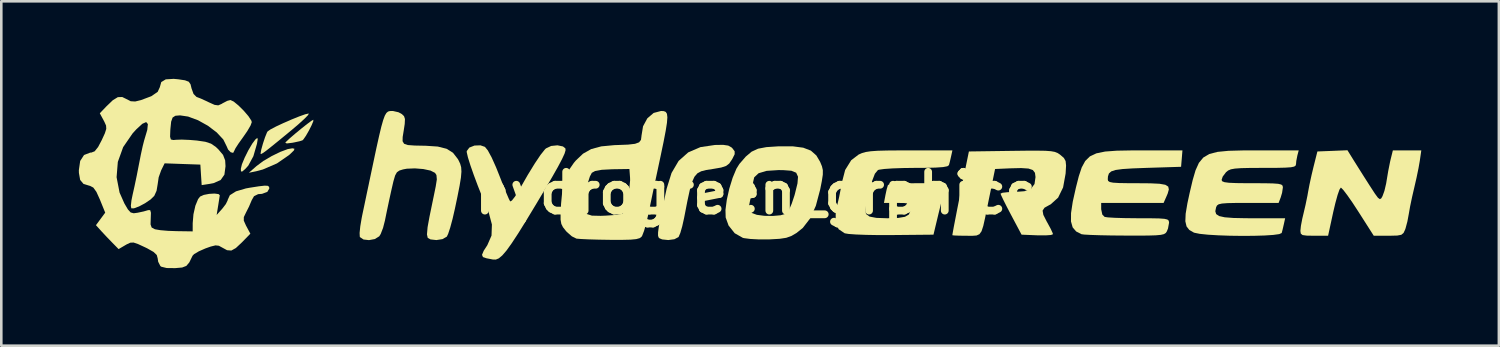
<source format=kicad_pcb>
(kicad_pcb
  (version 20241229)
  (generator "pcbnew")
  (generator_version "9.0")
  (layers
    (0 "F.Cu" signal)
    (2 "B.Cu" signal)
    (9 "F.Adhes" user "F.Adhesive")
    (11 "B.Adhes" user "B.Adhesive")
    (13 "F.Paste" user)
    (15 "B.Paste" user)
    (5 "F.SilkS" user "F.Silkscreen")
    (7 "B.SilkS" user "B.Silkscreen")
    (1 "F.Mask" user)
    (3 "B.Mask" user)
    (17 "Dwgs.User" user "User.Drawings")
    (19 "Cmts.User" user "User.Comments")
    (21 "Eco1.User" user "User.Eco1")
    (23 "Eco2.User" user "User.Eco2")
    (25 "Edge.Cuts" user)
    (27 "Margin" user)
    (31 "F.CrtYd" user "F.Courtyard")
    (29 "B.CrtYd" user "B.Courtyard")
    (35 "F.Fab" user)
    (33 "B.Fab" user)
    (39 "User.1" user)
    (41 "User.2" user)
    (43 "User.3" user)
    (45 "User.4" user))
  (footprint "hydrogreen_grphics"
    (layer "F.Cu")
    (at 26.204 4.417)
    (property "Reference" "hydrogreen_grphics" (at 0 0 0) (layer "F.SilkS") (effects (font (size 1.5 1.5) (thickness 0.3))))
    (attr board_only exclude_from_pos_files exclude_from_bom)
    (fp_poly (pts (xy -19.287 -2.08) (xy -19.316 -1.904) (xy -19.455 -1.424) (xy -19.652 -1.061) (xy -19.763 -0.938) (xy -19.889 -0.831) (xy -19.934 -0.84) (xy -19.939 -0.94) (xy -19.898 -1.111) (xy -19.792 -1.367) (xy -19.65 -1.652) (xy -19.5 -1.908) (xy -19.377 -2.073) (xy -19.303 -2.135)) (stroke (width 0) (type solid)) (fill yes) (layer "F.SilkS"))
    (fp_poly (pts (xy -17.865 -1.714) (xy -17.888 -1.648) (xy -18.031 -1.509) (xy -18.076 -1.469) (xy -18.543 -1.147) (xy -19.088 -0.912) (xy -19.339 -0.845) (xy -19.629 -0.785) (xy -19.33 -1.047) (xy -19.072 -1.239) (xy -18.75 -1.428) (xy -18.418 -1.591) (xy -18.127 -1.7) (xy -17.949 -1.731)) (stroke (width 0) (type solid)) (fill yes) (layer "F.SilkS"))
    (fp_poly (pts (xy -17.139 -2.773) (xy -17.206 -2.615) (xy -17.309 -2.413) (xy -17.422 -2.216) (xy -17.519 -2.076) (xy -17.555 -2.04) (xy -17.668 -2.004) (xy -17.88 -1.958) (xy -17.95 -1.945) (xy -18.163 -1.919) (xy -18.22 -1.948) (xy -18.203 -1.971) (xy -18.051 -2.114) (xy -17.836 -2.299) (xy -17.598 -2.495) (xy -17.376 -2.671) (xy -17.208 -2.795) (xy -17.135 -2.836)) (stroke (width 0) (type solid)) (fill yes) (layer "F.SilkS"))
    (fp_poly (pts (xy -17.311 -3.074) (xy -17.341 -3.014) (xy -17.482 -2.87) (xy -17.709 -2.663) (xy -18.001 -2.415) (xy -18.004 -2.413) (xy -18.425 -2.067) (xy -18.733 -1.817) (xy -18.945 -1.649) (xy -19.078 -1.552) (xy -19.15 -1.513) (xy -19.175 -1.518) (xy -19.177 -1.528) (xy -19.15 -1.679) (xy -19.085 -1.912) (xy -19.004 -2.156) (xy -18.93 -2.34) (xy -18.905 -2.383) (xy -18.797 -2.459) (xy -18.579 -2.574) (xy -18.292 -2.708) (xy -17.98 -2.844) (xy -17.686 -2.963) (xy -17.451 -3.047) (xy -17.319 -3.076)) (stroke (width 0) (type solid)) (fill yes) (layer "F.SilkS"))
    (fp_poly (pts (xy -1.088 -1.836) (xy -0.96 -1.764) (xy -0.926 -1.73) (xy -0.841 -1.615) (xy -0.84 -1.503) (xy -0.928 -1.327) (xy -0.947 -1.295) (xy -1.05 -1.143) (xy -1.172 -1.049) (xy -1.362 -0.987) (xy -1.669 -0.934) (xy -1.687 -0.931) (xy -1.94 -0.892) (xy -2.134 -0.843) (xy -2.282 -0.763) (xy -2.396 -0.63) (xy -2.49 -0.421) (xy -2.577 -0.115) (xy -2.669 0.31) (xy -2.779 0.876) (xy -2.796 0.962) (xy -2.867 1.281) (xy -2.942 1.543) (xy -3.008 1.695) (xy -3.013 1.702) (xy -3.17 1.785) (xy -3.407 1.817) (xy -3.643 1.793) (xy -3.748 1.75) (xy -3.785 1.712) (xy -3.804 1.642) (xy -3.803 1.519) (xy -3.777 1.323) (xy -3.724 1.031) (xy -3.641 0.625) (xy -3.525 0.082) (xy -3.471 -0.169) (xy -3.282 -0.777) (xy -3.008 -1.243) (xy -2.637 -1.573) (xy -2.164 -1.777) (xy -1.604 -1.86) (xy -1.286 -1.865)) (stroke (width 0) (type solid)) (fill yes) (layer "F.SilkS"))
    (fp_poly (pts (xy -7.481 -1.803) (xy -7.388 -1.73) (xy -7.38 -1.658) (xy -7.42 -1.524) (xy -7.517 -1.314) (xy -7.676 -1.013) (xy -7.905 -0.609) (xy -8.212 -0.086) (xy -8.511 0.415) (xy -8.897 1.053) (xy -9.211 1.558) (xy -9.464 1.943) (xy -9.665 2.223) (xy -9.828 2.412) (xy -9.961 2.524) (xy -10.076 2.572) (xy -10.184 2.571) (xy -10.187 2.571) (xy -10.308 2.547) (xy -10.435 2.523) (xy -10.574 2.476) (xy -10.612 2.39) (xy -10.546 2.231) (xy -10.406 2.015) (xy -10.244 1.644) (xy -10.229 1.216) (xy -10.361 0.718) (xy -10.431 0.55) (xy -10.603 0.148) (xy -10.773 -0.279) (xy -10.93 -0.699) (xy -11.062 -1.077) (xy -11.157 -1.381) (xy -11.202 -1.578) (xy -11.203 -1.623) (xy -11.102 -1.759) (xy -10.902 -1.838) (xy -10.671 -1.846) (xy -10.498 -1.786) (xy -10.388 -1.651) (xy -10.24 -1.379) (xy -10.068 -0.995) (xy -9.953 -0.708) (xy -9.805 -0.331) (xy -9.675 -0.011) (xy -9.576 0.219) (xy -9.523 0.323) (xy -9.522 0.324) (xy -9.456 0.289) (xy -9.336 0.135) (xy -9.183 -0.109) (xy -9.139 -0.184) (xy -8.841 -0.704) (xy -8.573 -1.141) (xy -8.349 -1.475) (xy -8.181 -1.686) (xy -8.139 -1.727) (xy -7.938 -1.822) (xy -7.694 -1.847)) (stroke (width 0) (type solid)) (fill yes) (layer "F.SilkS"))
    (fp_poly (pts (xy 23.111 -1.251) (xy 23.285 -0.974) (xy 23.504 -0.627) (xy 23.724 -0.282) (xy 23.737 -0.263) (xy 23.922 0.022) (xy 24.04 0.182) (xy 24.114 0.236) (xy 24.168 0.203) (xy 24.216 0.118) (xy 24.29 -0.087) (xy 24.357 -0.373) (xy 24.379 -0.508) (xy 24.436 -0.849) (xy 24.505 -1.194) (xy 24.527 -1.291) (xy 24.616 -1.651) (xy 25.166 -1.651) (xy 25.716 -1.651) (xy 25.658 -1.249) (xy 25.607 -0.959) (xy 25.53 -0.586) (xy 25.444 -0.212) (xy 25.358 0.159) (xy 25.282 0.523) (xy 25.233 0.802) (xy 25.233 0.804) (xy 25.178 1.098) (xy 25.108 1.361) (xy 25.088 1.418) (xy 25.029 1.543) (xy 24.944 1.613) (xy 24.788 1.643) (xy 24.518 1.65) (xy 24.437 1.65) (xy 23.876 1.649) (xy 23.283 0.72) (xy 23.056 0.372) (xy 22.855 0.084) (xy 22.7 -0.119) (xy 22.61 -0.209) (xy 22.603 -0.211) (xy 22.551 -0.134) (xy 22.477 0.077) (xy 22.392 0.387) (xy 22.313 0.72) (xy 22.111 1.651) (xy 21.576 1.651) (xy 21.284 1.646) (xy 21.123 1.624) (xy 21.055 1.568) (xy 21.04 1.467) (xy 21.04 1.457) (xy 21.06 1.267) (xy 21.113 0.989) (xy 21.158 0.801) (xy 21.239 0.455) (xy 21.312 0.101) (xy 21.337 -0.042) (xy 21.391 -0.327) (xy 21.47 -0.691) (xy 21.548 -1.016) (xy 21.697 -1.609) (xy 22.279 -1.632) (xy 22.86 -1.656)) (stroke (width 0) (type solid)) (fill yes) (layer "F.SilkS"))
    (fp_poly (pts (xy 1.406 -1.808) (xy 1.812 -1.755) (xy 2.108 -1.641) (xy 2.32 -1.453) (xy 2.464 -1.209) (xy 2.535 -1.037) (xy 2.57 -0.888) (xy 2.569 -0.712) (xy 2.531 -0.463) (xy 2.467 -0.139) (xy 2.299 0.493) (xy 2.079 0.981) (xy 1.795 1.348) (xy 1.553 1.543) (xy 1.356 1.658) (xy 1.156 1.73) (xy 0.901 1.769) (xy 0.536 1.79) (xy 0.479 1.792) (xy 0.106 1.793) (xy -0.233 1.775) (xy -0.48 1.743) (xy -0.524 1.732) (xy -0.839 1.553) (xy -1.076 1.255) (xy -1.188 0.944) (xy -1.196 0.649) (xy -1.193 0.628) (xy -0.285 0.628) (xy -0.231 0.722) (xy -0.17 0.772) (xy 0.018 0.842) (xy 0.308 0.88) (xy 0.634 0.885) (xy 0.935 0.859) (xy 1.145 0.799) (xy 1.17 0.783) (xy 1.26 0.654) (xy 1.367 0.409) (xy 1.472 0.094) (xy 1.492 0.021) (xy 1.589 -0.372) (xy 1.61 -0.632) (xy 1.539 -0.787) (xy 1.354 -0.863) (xy 1.038 -0.887) (xy 0.855 -0.889) (xy 0.395 -0.859) (xy 0.085 -0.767) (xy -0.085 -0.608) (xy -0.127 -0.425) (xy -0.146 -0.227) (xy -0.194 0.054) (xy -0.229 0.215) (xy -0.282 0.477) (xy -0.285 0.628) (xy -1.193 0.628) (xy -1.144 0.258) (xy -1.047 -0.175) (xy -0.918 -0.593) (xy -0.773 -0.941) (xy -0.658 -1.126) (xy -0.41 -1.411) (xy -0.185 -1.601) (xy 0.065 -1.716) (xy 0.387 -1.777) (xy 0.827 -1.806) (xy 0.862 -1.808)) (stroke (width 0) (type solid)) (fill yes) (layer "F.SilkS"))
    (fp_poly (pts (xy 16.452 -1.333) (xy 16.425 -1.016) (xy 15.089 -0.974) (xy 14.552 -0.954) (xy 14.161 -0.929) (xy 13.893 -0.893) (xy 13.725 -0.838) (xy 13.634 -0.757) (xy 13.597 -0.644) (xy 13.59 -0.529) (xy 13.604 -0.469) (xy 13.665 -0.428) (xy 13.797 -0.402) (xy 14.029 -0.388) (xy 14.384 -0.382) (xy 14.735 -0.381) (xy 15.237 -0.377) (xy 15.59 -0.36) (xy 15.814 -0.321) (xy 15.928 -0.25) (xy 15.952 -0.14) (xy 15.907 0.02) (xy 15.862 0.125) (xy 15.749 0.381) (xy 14.542 0.381) (xy 13.335 0.381) (xy 13.335 0.626) (xy 13.379 0.832) (xy 13.469 0.922) (xy 13.599 0.941) (xy 13.864 0.957) (xy 14.228 0.968) (xy 14.655 0.973) (xy 14.781 0.974) (xy 15.248 0.975) (xy 15.572 0.981) (xy 15.779 0.996) (xy 15.895 1.023) (xy 15.947 1.067) (xy 15.959 1.132) (xy 15.96 1.149) (xy 15.919 1.372) (xy 15.872 1.487) (xy 15.831 1.545) (xy 15.762 1.588) (xy 15.642 1.616) (xy 15.447 1.634) (xy 15.152 1.643) (xy 14.733 1.646) (xy 14.242 1.644) (xy 13.741 1.64) (xy 13.294 1.631) (xy 12.93 1.619) (xy 12.679 1.605) (xy 12.573 1.591) (xy 12.366 1.484) (xy 12.232 1.327) (xy 12.167 1.098) (xy 12.169 0.775) (xy 12.235 0.337) (xy 12.359 -0.218) (xy 12.47 -0.653) (xy 12.582 -0.99) (xy 12.718 -1.241) (xy 12.899 -1.419) (xy 13.148 -1.536) (xy 13.487 -1.606) (xy 13.939 -1.639) (xy 14.526 -1.65) (xy 14.902 -1.651) (xy 16.478 -1.651)) (stroke (width 0) (type solid)) (fill yes) (layer "F.SilkS"))
    (fp_poly (pts (xy 11.179 -1.635) (xy 11.394 -1.619) (xy 11.541 -1.592) (xy 11.646 -1.551) (xy 11.735 -1.493) (xy 11.765 -1.469) (xy 11.894 -1.356) (xy 11.959 -1.239) (xy 11.977 -1.065) (xy 11.961 -0.781) (xy 11.959 -0.752) (xy 11.862 -0.218) (xy 11.669 0.178) (xy 11.381 0.436) (xy 11.324 0.466) (xy 11.143 0.567) (xy 11.069 0.679) (xy 11.098 0.843) (xy 11.227 1.098) (xy 11.26 1.156) (xy 11.382 1.381) (xy 11.458 1.546) (xy 11.471 1.591) (xy 11.394 1.621) (xy 11.191 1.636) (xy 10.902 1.635) (xy 10.864 1.634) (xy 10.256 1.609) (xy 9.851 0.847) (xy 9.681 0.522) (xy 9.545 0.252) (xy 9.461 0.073) (xy 9.443 0.021) (xy 9.519 -0.012) (xy 9.719 -0.034) (xy 9.978 -0.042) (xy 10.369 -0.072) (xy 10.622 -0.169) (xy 10.757 -0.351) (xy 10.795 -0.619) (xy 10.774 -0.783) (xy 10.693 -0.889) (xy 10.524 -0.948) (xy 10.241 -0.967) (xy 9.821 -0.957) (xy 9.231 -0.931) (xy 9.17 -0.635) (xy 9.127 -0.423) (xy 9.061 -0.098) (xy 8.982 0.285) (xy 8.939 0.498) (xy 8.846 0.955) (xy 8.775 1.272) (xy 8.708 1.476) (xy 8.627 1.59) (xy 8.514 1.641) (xy 8.351 1.653) (xy 8.122 1.651) (xy 7.844 1.648) (xy 7.647 1.64) (xy 7.578 1.63) (xy 7.594 1.532) (xy 7.636 1.301) (xy 7.7 0.97) (xy 7.777 0.572) (xy 7.863 0.141) (xy 7.949 -0.291) (xy 8.028 -0.677) (xy 8.219 -1.609) (xy 9.874 -1.632) (xy 10.445 -1.639) (xy 10.871 -1.64)) (stroke (width 0) (type solid)) (fill yes) (layer "F.SilkS"))
    (fp_poly (pts (xy 7.53 -1.418) (xy 7.481 -1.208) (xy 7.446 -1.079) (xy 7.384 -1.036) (xy 7.218 -1.005) (xy 6.929 -0.985) (xy 6.5 -0.975) (xy 6.135 -0.974) (xy 5.676 -0.968) (xy 5.269 -0.954) (xy 4.947 -0.932) (xy 4.745 -0.904) (xy 4.702 -0.891) (xy 4.583 -0.748) (xy 4.479 -0.477) (xy 4.45 -0.362) (xy 4.374 -0.034) (xy 4.292 0.283) (xy 4.259 0.399) (xy 4.208 0.645) (xy 4.241 0.81) (xy 4.379 0.91) (xy 4.642 0.96) (xy 5.052 0.974) (xy 5.073 0.974) (xy 5.48 0.962) (xy 5.746 0.918) (xy 5.897 0.829) (xy 5.961 0.685) (xy 5.969 0.576) (xy 5.956 0.468) (xy 5.891 0.41) (xy 5.735 0.386) (xy 5.452 0.381) (xy 4.934 0.381) (xy 4.994 0.064) (xy 5.042 -0.158) (xy 5.086 -0.303) (xy 5.093 -0.317) (xy 5.188 -0.341) (xy 5.418 -0.361) (xy 5.751 -0.375) (xy 6.151 -0.381) (xy 6.186 -0.381) (xy 6.636 -0.383) (xy 6.947 -0.371) (xy 7.136 -0.32) (xy 7.223 -0.205) (xy 7.225 -0.001) (xy 7.161 0.319) (xy 7.048 0.779) (xy 7.042 0.804) (xy 6.849 1.609) (xy 5.245 1.624) (xy 4.724 1.625) (xy 4.25 1.617) (xy 3.853 1.602) (xy 3.564 1.581) (xy 3.416 1.556) (xy 3.18 1.397) (xy 3.065 1.133) (xy 3.068 0.758) (xy 3.12 0.499) (xy 3.201 0.148) (xy 3.271 -0.206) (xy 3.3 -0.381) (xy 3.433 -0.893) (xy 3.667 -1.27) (xy 3.955 -1.49) (xy 4.082 -1.546) (xy 4.229 -1.588) (xy 4.423 -1.617) (xy 4.69 -1.636) (xy 5.057 -1.646) (xy 5.55 -1.65) (xy 5.925 -1.651) (xy 7.581 -1.651)) (stroke (width 0) (type solid)) (fill yes) (layer "F.SilkS"))
    (fp_poly (pts (xy 20.924 -1.46) (xy 20.881 -1.241) (xy 20.871 -1.122) (xy 20.857 -1.065) (xy 20.799 -1.024) (xy 20.673 -0.998) (xy 20.452 -0.983) (xy 20.114 -0.975) (xy 19.632 -0.974) (xy 19.6 -0.974) (xy 19.105 -0.972) (xy 18.751 -0.964) (xy 18.508 -0.947) (xy 18.349 -0.918) (xy 18.244 -0.872) (xy 18.164 -0.807) (xy 18.161 -0.804) (xy 18.035 -0.637) (xy 17.992 -0.508) (xy 18.015 -0.457) (xy 18.103 -0.421) (xy 18.278 -0.398) (xy 18.565 -0.386) (xy 18.989 -0.381) (xy 19.177 -0.381) (xy 19.646 -0.38) (xy 19.972 -0.373) (xy 20.181 -0.358) (xy 20.298 -0.33) (xy 20.35 -0.287) (xy 20.362 -0.224) (xy 20.362 -0.217) (xy 20.332 -0.012) (xy 20.28 0.164) (xy 20.197 0.381) (xy 19.015 0.381) (xy 18.546 0.382) (xy 18.218 0.389) (xy 18.006 0.405) (xy 17.88 0.434) (xy 17.814 0.48) (xy 17.781 0.547) (xy 17.779 0.554) (xy 17.749 0.703) (xy 17.782 0.813) (xy 17.896 0.889) (xy 18.112 0.937) (xy 18.449 0.963) (xy 18.926 0.973) (xy 19.189 0.974) (xy 20.45 0.974) (xy 20.399 1.206) (xy 20.35 1.417) (xy 20.316 1.545) (xy 20.222 1.587) (xy 19.99 1.619) (xy 19.653 1.641) (xy 19.24 1.653) (xy 18.783 1.656) (xy 18.314 1.65) (xy 17.864 1.634) (xy 17.464 1.61) (xy 17.146 1.577) (xy 16.94 1.535) (xy 16.915 1.526) (xy 16.744 1.427) (xy 16.637 1.291) (xy 16.59 1.091) (xy 16.602 0.801) (xy 16.67 0.395) (xy 16.757 -0.007) (xy 16.873 -0.5) (xy 16.985 -0.882) (xy 17.115 -1.169) (xy 17.285 -1.374) (xy 17.518 -1.511) (xy 17.834 -1.593) (xy 18.257 -1.634) (xy 18.809 -1.649) (xy 19.39 -1.651) (xy 20.975 -1.651)) (stroke (width 0) (type solid)) (fill yes) (layer "F.SilkS"))
    (fp_poly (pts (xy -3.581 -3.169) (xy -3.505 -3.138) (xy -3.459 -3.065) (xy -3.443 -2.931) (xy -3.459 -2.718) (xy -3.508 -2.407) (xy -3.59 -1.98) (xy -3.707 -1.42) (xy -3.811 -0.931) (xy -3.915 -0.444) (xy -4.024 0.071) (xy -4.123 0.544) (xy -4.18 0.82) (xy -4.26 1.168) (xy -4.344 1.46) (xy -4.418 1.652) (xy -4.441 1.688) (xy -4.515 1.744) (xy -4.648 1.781) (xy -4.868 1.802) (xy -5.202 1.81) (xy -5.662 1.809) (xy -6.095 1.802) (xy -6.48 1.791) (xy -6.777 1.777) (xy -6.95 1.763) (xy -6.961 1.761) (xy -7.135 1.675) (xy -7.33 1.506) (xy -7.374 1.456) (xy -7.481 1.32) (xy -7.544 1.193) (xy -7.573 1.03) (xy -7.573 0.786) (xy -7.554 0.419) (xy -7.553 0.402) (xy -6.668 0.402) (xy -6.661 0.659) (xy -6.567 0.807) (xy -6.362 0.873) (xy -6.023 0.881) (xy -5.827 0.873) (xy -5.521 0.852) (xy -5.288 0.825) (xy -5.172 0.797) (xy -5.169 0.795) (xy -5.102 0.659) (xy -5.029 0.408) (xy -4.961 0.097) (xy -4.909 -0.221) (xy -4.884 -0.492) (xy -4.886 -0.591) (xy -4.911 -0.931) (xy -5.574 -0.921) (xy -5.98 -0.9) (xy -6.24 -0.852) (xy -6.365 -0.783) (xy -6.44 -0.642) (xy -6.522 -0.384) (xy -6.597 -0.059) (xy -6.61 0.011) (xy -6.668 0.402) (xy -7.553 0.402) (xy -7.504 -0.113) (xy -7.415 -0.524) (xy -7.272 -0.861) (xy -7.059 -1.169) (xy -6.983 -1.259) (xy -6.704 -1.524) (xy -6.389 -1.701) (xy -5.999 -1.806) (xy -5.492 -1.854) (xy -5.37 -1.858) (xy -4.962 -1.874) (xy -4.694 -1.905) (xy -4.538 -1.962) (xy -4.464 -2.056) (xy -4.445 -2.197) (xy -4.445 -2.209) (xy -4.384 -2.582) (xy -4.218 -2.89) (xy -3.974 -3.099) (xy -3.686 -3.175)) (stroke (width 0) (type solid)) (fill yes) (layer "F.SilkS"))
    (fp_poly (pts (xy -14.06 -3.175) (xy -13.841 -3.125) (xy -13.715 -3.057) (xy -13.628 -2.975) (xy -13.592 -2.864) (xy -13.601 -2.674) (xy -13.639 -2.423) (xy -13.68 -2.171) (xy -13.684 -2.005) (xy -13.626 -1.907) (xy -13.48 -1.857) (xy -13.217 -1.838) (xy -12.813 -1.83) (xy -12.796 -1.83) (xy -12.324 -1.799) (xy -11.982 -1.713) (xy -11.734 -1.558) (xy -11.548 -1.318) (xy -11.519 -1.267) (xy -11.456 -1.134) (xy -11.418 -0.997) (xy -11.408 -0.828) (xy -11.427 -0.599) (xy -11.479 -0.283) (xy -11.564 0.148) (xy -11.66 0.605) (xy -11.75 0.996) (xy -11.841 1.334) (xy -11.922 1.579) (xy -11.973 1.685) (xy -12.139 1.781) (xy -12.378 1.818) (xy -12.605 1.792) (xy -12.71 1.735) (xy -12.741 1.602) (xy -12.717 1.32) (xy -12.642 0.909) (xy -12.56 0.512) (xy -12.479 0.121) (xy -12.415 -0.193) (xy -12.403 -0.25) (xy -12.359 -0.528) (xy -12.374 -0.695) (xy -12.429 -0.781) (xy -12.602 -0.869) (xy -12.882 -0.929) (xy -13.209 -0.955) (xy -13.523 -0.942) (xy -13.666 -0.915) (xy -13.807 -0.871) (xy -13.903 -0.804) (xy -13.973 -0.678) (xy -14.038 -0.456) (xy -14.115 -0.123) (xy -14.203 0.278) (xy -14.289 0.684) (xy -14.357 1.016) (xy -14.365 1.058) (xy -14.439 1.346) (xy -14.53 1.582) (xy -14.586 1.672) (xy -14.756 1.778) (xy -14.982 1.82) (xy -15.195 1.796) (xy -15.33 1.705) (xy -15.339 1.686) (xy -15.346 1.544) (xy -15.32 1.287) (xy -15.265 0.961) (xy -15.245 0.86) (xy -15.157 0.444) (xy -15.065 0.003) (xy -14.986 -0.368) (xy -14.984 -0.381) (xy -14.825 -1.134) (xy -14.697 -1.738) (xy -14.592 -2.21) (xy -14.507 -2.565) (xy -14.435 -2.82) (xy -14.372 -2.992) (xy -14.311 -3.097) (xy -14.247 -3.152) (xy -14.175 -3.172) (xy -14.089 -3.175)) (stroke (width 0) (type solid)) (fill yes) (layer "F.SilkS"))
    (fp_poly (pts (xy -22.364 -4.401) (xy -22.098 -4.361) (xy -21.953 -4.306) (xy -21.884 -4.205) (xy -21.847 -4.051) (xy -21.769 -3.834) (xy -21.654 -3.719) (xy -21.649 -3.717) (xy -21.485 -3.654) (xy -21.251 -3.547) (xy -21.174 -3.509) (xy -20.955 -3.411) (xy -20.813 -3.392) (xy -20.681 -3.449) (xy -20.648 -3.471) (xy -20.463 -3.567) (xy -20.341 -3.598) (xy -20.214 -3.538) (xy -20.027 -3.384) (xy -19.824 -3.182) (xy -19.646 -2.974) (xy -19.534 -2.804) (xy -19.516 -2.743) (xy -19.564 -2.612) (xy -19.69 -2.396) (xy -19.854 -2.159) (xy -20.026 -1.919) (xy -20.148 -1.73) (xy -20.193 -1.636) (xy -20.236 -1.554) (xy -20.332 -1.579) (xy -20.433 -1.684) (xy -20.487 -1.808) (xy -20.617 -2.071) (xy -20.872 -2.345) (xy -21.212 -2.603) (xy -21.594 -2.816) (xy -21.979 -2.959) (xy -22.291 -3.005) (xy -22.471 -2.99) (xy -22.578 -2.921) (xy -22.635 -2.761) (xy -22.664 -2.475) (xy -22.668 -2.413) (xy -22.676 -2.18) (xy -22.646 -2.073) (xy -22.549 -2.051) (xy -22.442 -2.061) (xy -22.225 -2.068) (xy -21.915 -2.055) (xy -21.642 -2.032) (xy -21.314 -1.984) (xy -21.092 -1.911) (xy -20.91 -1.787) (xy -20.811 -1.693) (xy -20.627 -1.476) (xy -20.546 -1.264) (xy -20.532 -1.038) (xy -20.575 -0.712) (xy -20.721 -0.504) (xy -20.995 -0.384) (xy -21.141 -0.356) (xy -21.454 -0.308) (xy -21.48 -0.705) (xy -21.505 -1.101) (xy -22.196 -1.125) (xy -22.887 -1.15) (xy -23.021 -0.879) (xy -23.117 -0.611) (xy -23.156 -0.344) (xy -23.199 -0.088) (xy -23.288 0.109) (xy -23.429 0.247) (xy -23.642 0.392) (xy -23.874 0.516) (xy -24.072 0.59) (xy -24.176 0.59) (xy -24.193 0.493) (xy -24.17 0.283) (xy -24.125 0.063) (xy -24.052 -0.262) (xy -23.966 -0.672) (xy -23.885 -1.087) (xy -23.874 -1.143) (xy -23.804 -1.5) (xy -23.735 -1.816) (xy -23.679 -2.035) (xy -23.667 -2.074) (xy -23.558 -2.443) (xy -23.535 -2.668) (xy -23.6 -2.746) (xy -23.749 -2.679) (xy -23.982 -2.465) (xy -24.126 -2.307) (xy -24.491 -1.777) (xy -24.697 -1.205) (xy -24.745 -0.613) (xy -24.63 -0.02) (xy -24.445 0.398) (xy -24.307 0.633) (xy -24.2 0.75) (xy -24.082 0.781) (xy -23.933 0.761) (xy -23.7 0.711) (xy -23.526 0.661) (xy -23.524 0.661) (xy -23.446 0.659) (xy -23.417 0.76) (xy -23.424 0.978) (xy -23.431 1.212) (xy -23.389 1.332) (xy -23.275 1.394) (xy -23.241 1.404) (xy -23.051 1.436) (xy -22.755 1.461) (xy -22.418 1.473) (xy -22.416 1.473) (xy -21.802 1.482) (xy -21.801 1.164) (xy -21.772 0.819) (xy -21.698 0.49) (xy -21.593 0.235) (xy -21.515 0.135) (xy -21.372 0.071) (xy -21.166 0.031) (xy -20.955 0.019) (xy -20.799 0.04) (xy -20.754 0.085) (xy -20.774 0.217) (xy -20.809 0.441) (xy -20.82 0.508) (xy -20.875 0.847) (xy -20.661 0.609) (xy -20.52 0.426) (xy -20.449 0.281) (xy -20.447 0.262) (xy -20.365 0.083) (xy -20.126 -0.067) (xy -19.742 -0.18) (xy -19.599 -0.206) (xy -19.24 -0.262) (xy -19.016 -0.287) (xy -18.895 -0.28) (xy -18.847 -0.241) (xy -18.838 -0.178) (xy -18.915 -0.046) (xy -19.12 0.03) (xy -19.271 0.042) (xy -19.43 0.121) (xy -19.518 0.275) (xy -19.624 0.524) (xy -19.74 0.754) (xy -19.824 0.929) (xy -19.825 1.068) (xy -19.74 1.257) (xy -19.725 1.285) (xy -19.571 1.571) (xy -19.899 1.908) (xy -20.132 2.126) (xy -20.307 2.223) (xy -20.472 2.21) (xy -20.658 2.109) (xy -20.79 2.037) (xy -20.92 2.023) (xy -21.106 2.069) (xy -21.309 2.141) (xy -21.564 2.253) (xy -21.749 2.363) (xy -21.807 2.424) (xy -21.931 2.679) (xy -22.047 2.817) (xy -22.209 2.879) (xy -22.475 2.903) (xy -22.488 2.903) (xy -22.808 2.899) (xy -23.014 2.849) (xy -23.051 2.823) (xy -23.136 2.657) (xy -23.156 2.524) (xy -23.191 2.396) (xy -23.315 2.277) (xy -23.56 2.138) (xy -23.649 2.095) (xy -23.919 1.97) (xy -24.089 1.913) (xy -24.214 1.919) (xy -24.347 1.98) (xy -24.404 2.013) (xy -24.667 2.167) (xy -24.906 1.924) (xy -25.123 1.7) (xy -25.329 1.479) (xy -25.344 1.462) (xy -25.543 1.242) (xy -25.364 1) (xy -25.185 0.758) (xy -25.39 0.252) (xy -25.525 -0.046) (xy -25.645 -0.212) (xy -25.774 -0.28) (xy -25.794 -0.283) (xy -26.026 -0.355) (xy -26.154 -0.509) (xy -26.202 -0.779) (xy -26.204 -0.886) (xy -26.153 -1.242) (xy -26.004 -1.472) (xy -25.763 -1.565) (xy -25.721 -1.566) (xy -25.592 -1.616) (xy -25.46 -1.781) (xy -25.32 -2.046) (xy -25.198 -2.312) (xy -25.144 -2.482) (xy -25.152 -2.611) (xy -25.217 -2.757) (xy -25.243 -2.806) (xy -25.394 -3.086) (xy -25.143 -3.349) (xy -24.89 -3.592) (xy -24.696 -3.71) (xy -24.526 -3.715) (xy -24.366 -3.637) (xy -24.197 -3.551) (xy -24.024 -3.542) (xy -23.801 -3.596) (xy -23.402 -3.746) (xy -23.156 -3.914) (xy -23.072 -4.096) (xy -23.072 -4.098) (xy -23.017 -4.293) (xy -22.843 -4.398) (xy -22.537 -4.417)) (stroke (width 0) (type solid)) (fill yes) (layer "F.SilkS")))
  (gr_rect
    (start -3 -3)
    (end 54.92 10.32)
    (stroke (width 0.1) (type default))
    (fill no)
    (layer "Edge.Cuts")))
</source>
